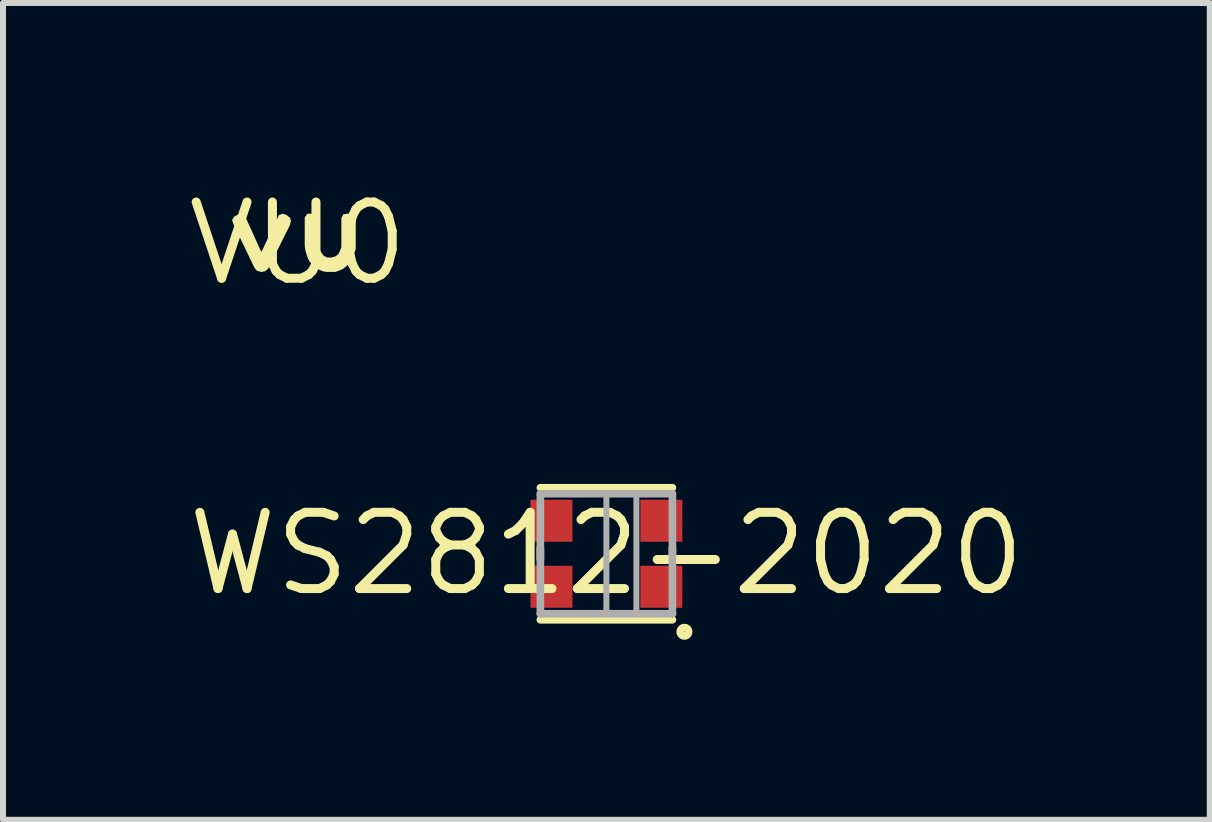
<source format=kicad_pcb>
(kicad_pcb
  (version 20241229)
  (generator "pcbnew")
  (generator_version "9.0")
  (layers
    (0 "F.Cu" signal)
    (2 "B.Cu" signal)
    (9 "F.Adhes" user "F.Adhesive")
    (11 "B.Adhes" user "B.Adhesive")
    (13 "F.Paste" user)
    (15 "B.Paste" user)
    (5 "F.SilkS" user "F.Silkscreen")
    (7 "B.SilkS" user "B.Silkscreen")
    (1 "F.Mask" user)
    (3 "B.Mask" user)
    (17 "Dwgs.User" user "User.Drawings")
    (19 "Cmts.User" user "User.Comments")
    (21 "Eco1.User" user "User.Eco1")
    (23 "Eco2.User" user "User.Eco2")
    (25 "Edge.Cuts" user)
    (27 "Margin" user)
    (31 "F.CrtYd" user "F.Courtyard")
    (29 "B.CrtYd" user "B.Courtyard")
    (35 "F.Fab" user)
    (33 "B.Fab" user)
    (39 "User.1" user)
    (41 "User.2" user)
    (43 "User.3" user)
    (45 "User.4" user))
  (footprint "VU0"
    (layer "F.Cu")
    (at 1.912 1.006)
    (property "Reference" "VU0" (at 0 0 0) (layer "F.SilkS") (effects (font (size 1.27 1.27) (thickness 0.15))))
    (fp_poly (pts (xy -0.876 -0.443) (xy -0.855 -0.402) (xy -0.616 0.126) (xy -0.602 0.133) (xy -0.314 -0.474) (xy -0.25 -0.495) (xy -0.188 -0.474) (xy -0.125 -0.423) (xy -0.115 -0.37) (xy -0.135 -0.298) (xy -0.496 0.423) (xy -0.548 0.465) (xy -0.61 0.475) (xy -0.683 0.454) (xy -0.724 0.403) (xy -1.075 -0.328) (xy -1.095 -0.391) (xy -1.064 -0.444) (xy -0.992 -0.485) (xy -0.928 -0.495)) (stroke (width 0) (type solid)) (fill yes) (layer "F.SilkS"))
    (fp_poly (pts (xy 0.345 -0.452) (xy 0.355 -0.38) (xy 0.355 0.03) (xy 0.365 0.098) (xy 0.394 0.157) (xy 0.433 0.206) (xy 0.491 0.235) (xy 0.559 0.235) (xy 0.628 0.215) (xy 0.676 0.177) (xy 0.705 0.118) (xy 0.725 0.059) (xy 0.725 -0.421) (xy 0.757 -0.485) (xy 0.82 -0.495) (xy 0.891 -0.495) (xy 0.955 -0.463) (xy 0.965 -0.39) (xy 0.965 0.091) (xy 0.945 0.151) (xy 0.925 0.222) (xy 0.894 0.283) (xy 0.854 0.333) (xy 0.803 0.384) (xy 0.753 0.424) (xy 0.682 0.455) (xy 0.621 0.475) (xy 0.48 0.475) (xy 0.419 0.465) (xy 0.347 0.434) (xy 0.297 0.394) (xy 0.247 0.354) (xy 0.196 0.303) (xy 0.165 0.242) (xy 0.145 0.181) (xy 0.125 0.111) (xy 0.115 0.04) (xy 0.115 -0.432) (xy 0.157 -0.495) (xy 0.302 -0.495)) (stroke (width 0) (type solid)) (fill yes) (layer "F.SilkS")))
  (footprint "WS2812-2020"
    (layer "F.Cu")
    (at 7.053 6.176)
    (property "Reference" "WS2812-2020" (at 0 0 0) (layer "F.SilkS") (effects (font (size 1.27 1.27) (thickness 0.15))))
    (fp_line (start -1.1 -1.1) (end 1.1 -1.1) (stroke (width 0.127) (type solid)) (layer "F.SilkS"))
    (fp_line (start -1.1 0.1) (end -1.1 -0.1) (stroke (width 0.127) (type solid)) (layer "F.SilkS"))
    (fp_line (start 1.1 0.1) (end 1.1 -0.1) (stroke (width 0.127) (type solid)) (layer "F.SilkS"))
    (fp_line (start 1.1 1.1) (end -1.1 1.1) (stroke (width 0.127) (type solid)) (layer "F.SilkS"))
    (fp_circle (center 1.3 1.3) (end 1.37 1.3) (stroke (width 0.127) (type solid)) (fill no) (layer "F.SilkS"))
    (fp_line (start -1.1 -1) (end -1.1 1) (stroke (width 0.127) (type solid)) (layer "F.Fab"))
    (fp_line (start -1.1 1) (end 1.1 1) (stroke (width 0.127) (type solid)) (layer "F.Fab"))
    (fp_line (start 1.1 -1) (end -1.1 -1) (stroke (width 0.127) (type solid)) (layer "F.Fab"))
    (fp_line (start 1.1 1) (end 1.1 -1) (stroke (width 0.127) (type solid)) (layer "F.Fab"))
    (fp_poly (pts (xy 0 1) (xy 0.5 1) (xy 0.5 -1) (xy 0 -1)) (stroke (width 0.1) (type solid)) (fill no) (layer "F.Fab"))
    (pad "DI" smd rect (at -0.915 -0.55) (size 0.7 0.7) (layers "F.Cu" "F.Mask" "F.Paste"))
    (pad "DO" smd rect (at 0.915 0.55) (size 0.7 0.7) (layers "F.Cu" "F.Mask" "F.Paste"))
    (pad "GND" smd rect (at 0.915 -0.55) (size 0.7 0.7) (layers "F.Cu" "F.Mask" "F.Paste"))
    (pad "VCC" smd rect (at -0.915 0.55) (size 0.7 0.7) (layers "F.Cu" "F.Mask" "F.Paste")))
  (gr_rect
    (start -3 -3)
    (end 17.106 10.609)
    (stroke (width 0.1) (type default))
    (fill no)
    (layer "Edge.Cuts")))
</source>
